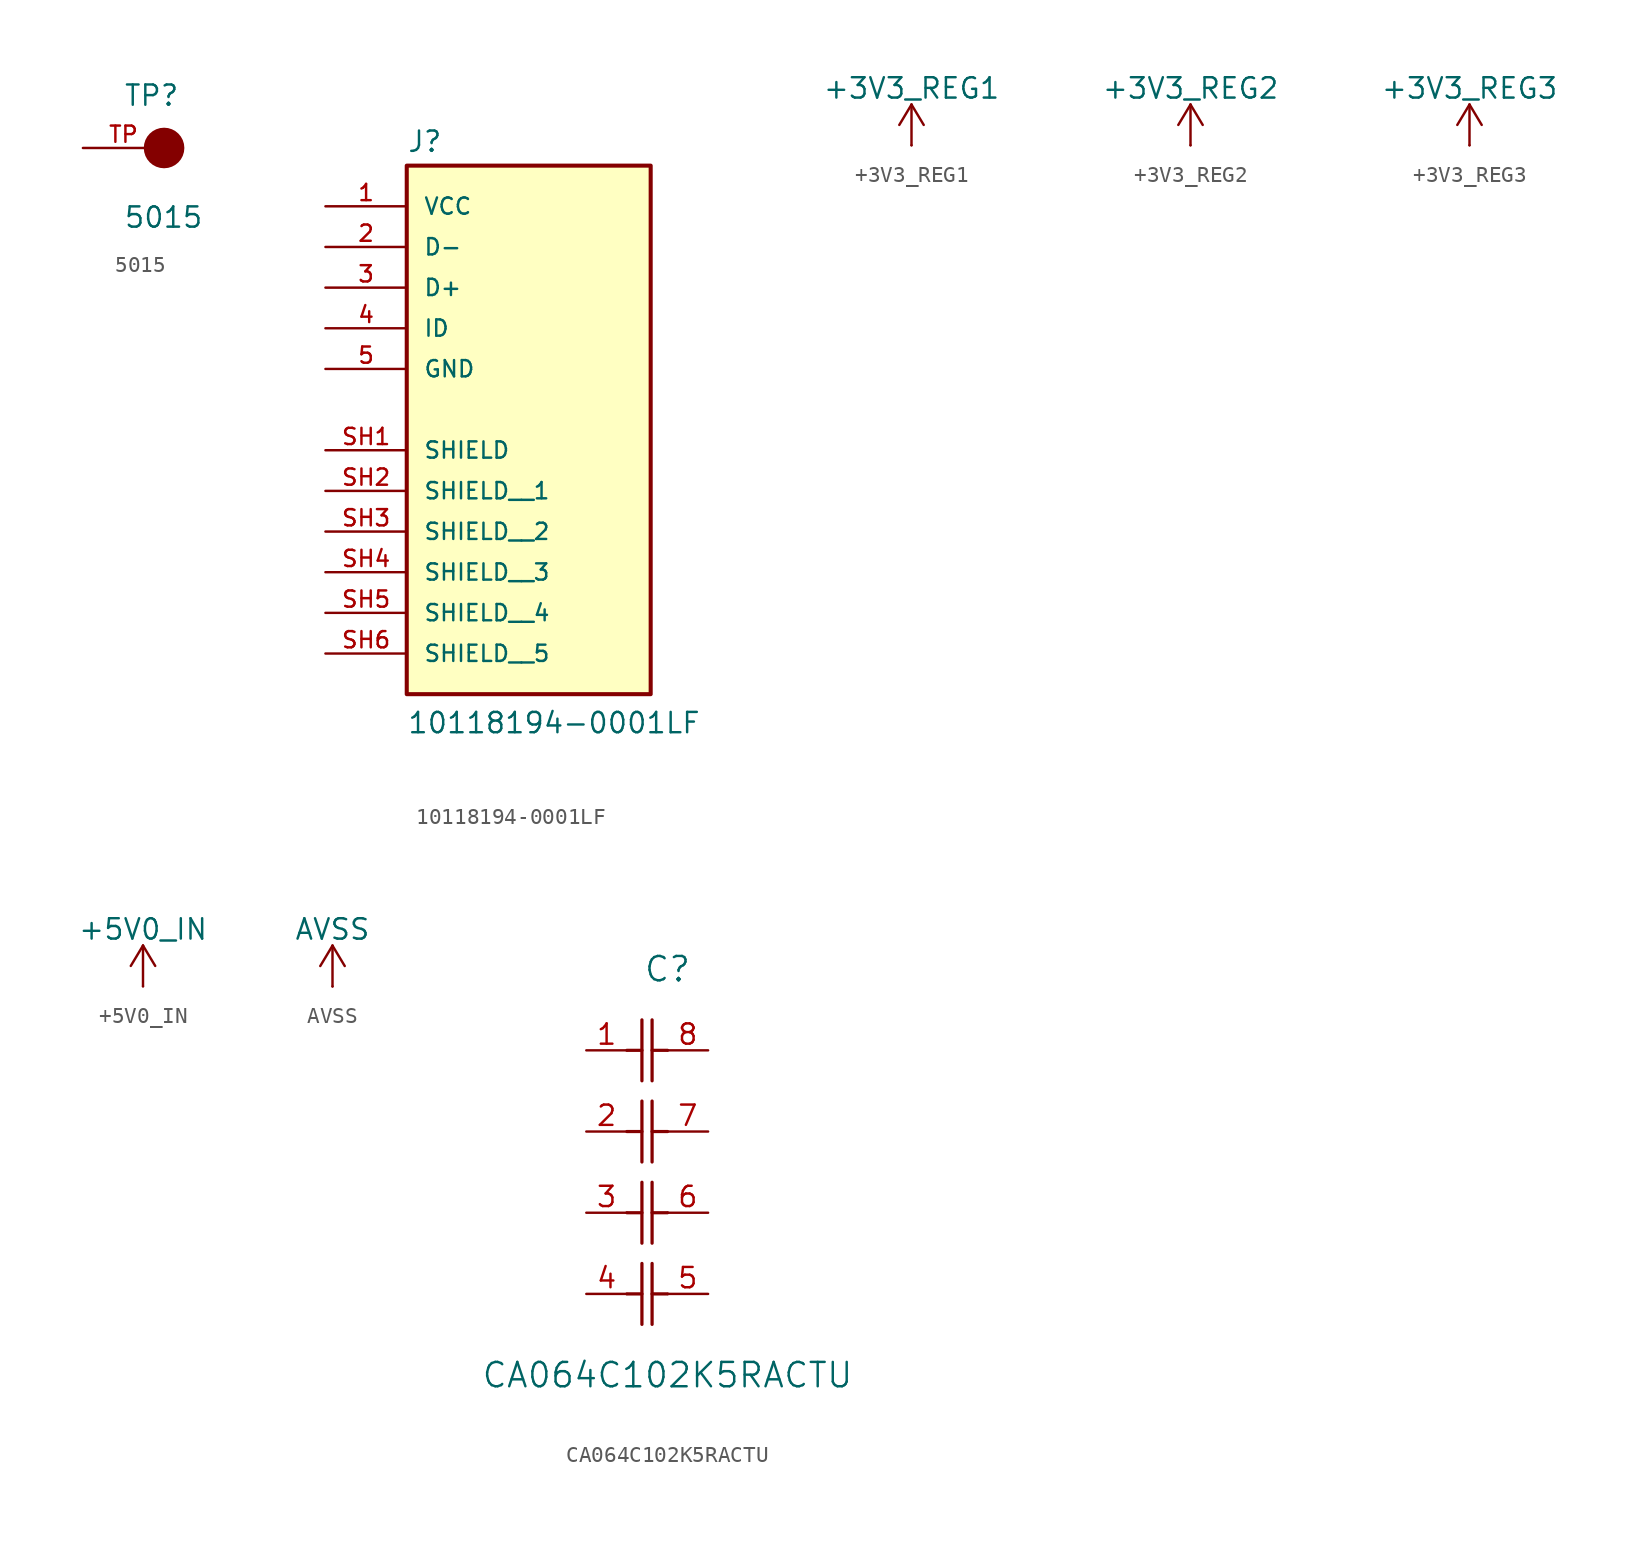
<source format=kicad_sym>
(kicad_symbol_lib
  (version 20241209)
  (generator "kicad_symbol_editor")
  (generator_version "9.0")
  (symbol "5015"
    (pin_names
      (offset 1.016))
    (property "Reference" "TP"
      (at -2.544 2.542 0)
      (effects (font (size 1.27 1.27)) (justify left bottom)))
    (property "Value" "5015"
      (at -2.55 -5.087 0)
      (effects (font (size 1.27 1.27)) (justify left bottom)))
    (symbol "5015_0_0"
      (circle (center 0 0) (radius 0.635) (stroke (width 1.27) (type default)) (fill (type none)))
      (pin passive line (at -5.08 0 0) (length 5.08) (name "~" (effects (font (size 1.016 1.016)))) (number "TP" (effects (font (size 1.016 1.016)))))))
  (symbol "10118194-0001LF"
    (pin_names
      (offset 1.016))
    (property "Reference" "J"
      (at -7.62 10.922 0)
      (effects (font (size 1.27 1.27)) (justify left bottom)))
    (property "Value" "10118194-0001LF"
      (at -7.62 -25.4 0)
      (effects (font (size 1.27 1.27)) (justify left bottom)))
    (symbol "10118194-0001LF_0_0"
      (rectangle (start -7.62 -22.86) (end 7.62 10.16) (stroke (width 0.254) (type default)) (fill (type background)))
      (pin power_in line (at -12.7 7.62 0) (length 5.08) (name "VCC" (effects (font (size 1.016 1.016)))) (number "1" (effects (font (size 1.016 1.016)))))
      (pin bidirectional line (at -12.7 5.08 0) (length 5.08) (name "D-" (effects (font (size 1.016 1.016)))) (number "2" (effects (font (size 1.016 1.016)))))
      (pin bidirectional line (at -12.7 2.54 0) (length 5.08) (name "D+" (effects (font (size 1.016 1.016)))) (number "3" (effects (font (size 1.016 1.016)))))
      (pin bidirectional line (at -12.7 0 0) (length 5.08) (name "ID" (effects (font (size 1.016 1.016)))) (number "4" (effects (font (size 1.016 1.016)))))
      (pin power_in line (at -12.7 -2.54 0) (length 5.08) (name "GND" (effects (font (size 1.016 1.016)))) (number "5" (effects (font (size 1.016 1.016)))))
      (pin passive line (at -12.7 -7.62 0) (length 5.08) (name "SHIELD" (effects (font (size 1.016 1.016)))) (number "SH1" (effects (font (size 1.016 1.016)))))
      (pin passive line (at -12.7 -10.16 0) (length 5.08) (name "SHIELD__1" (effects (font (size 1.016 1.016)))) (number "SH2" (effects (font (size 1.016 1.016)))))
      (pin passive line (at -12.7 -12.7 0) (length 5.08) (name "SHIELD__2" (effects (font (size 1.016 1.016)))) (number "SH3" (effects (font (size 1.016 1.016)))))
      (pin passive line (at -12.7 -15.24 0) (length 5.08) (name "SHIELD__3" (effects (font (size 1.016 1.016)))) (number "SH4" (effects (font (size 1.016 1.016)))))
      (pin passive line (at -12.7 -17.78 0) (length 5.08) (name "SHIELD__4" (effects (font (size 1.016 1.016)))) (number "SH5" (effects (font (size 1.016 1.016)))))
      (pin passive line (at -12.7 -20.32 0) (length 5.08) (name "SHIELD__5" (effects (font (size 1.016 1.016)))) (number "SH6" (effects (font (size 1.016 1.016)))))))
  (symbol "+3V3_REG1"
    (power)
    (pin_numbers
      (hide yes))
    (pin_names
      (offset 0)
      (hide yes))
    (property "Reference" "#PWR"
      (at 0 -3.81 0)
      (effects (font (size 1.27 1.27)) (hide yes)))
    (property "Value" "+3V3_REG1"
      (at 0 3.556 0)
      (effects (font (size 1.27 1.27))))
    (symbol "+3V3_REG1_0_1"
      (polyline (pts (xy -0.762 1.27) (xy 0 2.54)) (stroke (width 0) (type default)) (fill (type none)))
      (polyline (pts (xy 0 2.54) (xy 0.762 1.27)) (stroke (width 0) (type default)) (fill (type none)))
      (polyline (pts (xy 0 0) (xy 0 2.54)) (stroke (width 0) (type default)) (fill (type none))))
    (symbol "+3V3_REG1_1_1"
      (pin power_in line (at 0 0 90) (length 0) (name "~" (effects (font (size 1.27 1.27)))) (number "1" (effects (font (size 1.27 1.27)))))))
  (symbol "+3V3_REG2"
    (power)
    (pin_numbers
      (hide yes))
    (pin_names
      (offset 0)
      (hide yes))
    (property "Reference" "#PWR"
      (at 0 -3.81 0)
      (effects (font (size 1.27 1.27)) (hide yes)))
    (property "Value" "+3V3_REG2"
      (at 0 3.556 0)
      (effects (font (size 1.27 1.27))))
    (symbol "+3V3_REG2_0_1"
      (polyline (pts (xy -0.762 1.27) (xy 0 2.54)) (stroke (width 0) (type default)) (fill (type none)))
      (polyline (pts (xy 0 2.54) (xy 0.762 1.27)) (stroke (width 0) (type default)) (fill (type none)))
      (polyline (pts (xy 0 0) (xy 0 2.54)) (stroke (width 0) (type default)) (fill (type none))))
    (symbol "+3V3_REG2_1_1"
      (pin power_in line (at 0 0 90) (length 0) (name "~" (effects (font (size 1.27 1.27)))) (number "1" (effects (font (size 1.27 1.27)))))))
  (symbol "+3V3_REG3"
    (power)
    (pin_numbers
      (hide yes))
    (pin_names
      (offset 0)
      (hide yes))
    (property "Reference" "#PWR"
      (at 0 -3.81 0)
      (effects (font (size 1.27 1.27)) (hide yes)))
    (property "Value" "+3V3_REG3"
      (at 0 3.556 0)
      (effects (font (size 1.27 1.27))))
    (symbol "+3V3_REG3_0_1"
      (polyline (pts (xy -0.762 1.27) (xy 0 2.54)) (stroke (width 0) (type default)) (fill (type none)))
      (polyline (pts (xy 0 2.54) (xy 0.762 1.27)) (stroke (width 0) (type default)) (fill (type none)))
      (polyline (pts (xy 0 0) (xy 0 2.54)) (stroke (width 0) (type default)) (fill (type none))))
    (symbol "+3V3_REG3_1_1"
      (pin power_in line (at 0 0 90) (length 0) (name "~" (effects (font (size 1.27 1.27)))) (number "1" (effects (font (size 1.27 1.27)))))))
  (symbol "+5V0_IN"
    (power)
    (pin_numbers
      (hide yes))
    (pin_names
      (offset 0)
      (hide yes))
    (property "Reference" "#PWR"
      (at 0 -3.81 0)
      (effects (font (size 1.27 1.27)) (hide yes)))
    (property "Value" "+5V0_IN"
      (at 0 3.556 0)
      (effects (font (size 1.27 1.27))))
    (symbol "+5V0_IN_0_1"
      (polyline (pts (xy -0.762 1.27) (xy 0 2.54)) (stroke (width 0) (type default)) (fill (type none)))
      (polyline (pts (xy 0 2.54) (xy 0.762 1.27)) (stroke (width 0) (type default)) (fill (type none)))
      (polyline (pts (xy 0 0) (xy 0 2.54)) (stroke (width 0) (type default)) (fill (type none))))
    (symbol "+5V0_IN_1_1"
      (pin power_in line (at 0 0 90) (length 0) (name "~" (effects (font (size 1.27 1.27)))) (number "1" (effects (font (size 1.27 1.27)))))))
  (symbol "AVSS"
    (power)
    (pin_numbers
      (hide yes))
    (pin_names
      (offset 0)
      (hide yes))
    (property "Reference" "#PWR"
      (at 0 -3.81 0)
      (effects (font (size 1.27 1.27)) (hide yes)))
    (property "Value" "AVSS"
      (at 0 3.556 0)
      (effects (font (size 1.27 1.27))))
    (symbol "AVSS_0_1"
      (polyline (pts (xy -0.762 1.27) (xy 0 2.54)) (stroke (width 0) (type default)) (fill (type none)))
      (polyline (pts (xy 0 2.54) (xy 0.762 1.27)) (stroke (width 0) (type default)) (fill (type none)))
      (polyline (pts (xy 0 0) (xy 0 2.54)) (stroke (width 0) (type default)) (fill (type none))))
    (symbol "AVSS_1_1"
      (pin power_in line (at 0 0 90) (length 0) (name "~" (effects (font (size 1.27 1.27)))) (number "1" (effects (font (size 1.27 1.27)))))))
  (symbol "CA064C102K5RACTU"
    (pin_names
      (offset 0.254))
    (property "Reference" "C"
      (at 5.08 5.08 0)
      (effects (font (size 1.524 1.524))))
    (property "Value" "CA064C102K5RACTU"
      (at 5.08 -20.32 0)
      (effects (font (size 1.524 1.524))))
    (symbol "CA064C102K5RACTU_0_1"
      (polyline (pts (xy 2.54 0) (xy 3.48 0)) (stroke (width 0.203) (type default)) (fill (type none)))
      (polyline (pts (xy 2.54 -5.08) (xy 3.48 -5.08)) (stroke (width 0.203) (type default)) (fill (type none)))
      (polyline (pts (xy 2.54 -10.16) (xy 3.48 -10.16)) (stroke (width 0.203) (type default)) (fill (type none)))
      (polyline (pts (xy 2.54 -15.24) (xy 3.48 -15.24)) (stroke (width 0.203) (type default)) (fill (type none)))
      (polyline (pts (xy 3.48 -1.905) (xy 3.48 1.905)) (stroke (width 0.203) (type default)) (fill (type none)))
      (polyline (pts (xy 3.48 -6.985) (xy 3.48 -3.175)) (stroke (width 0.203) (type default)) (fill (type none)))
      (polyline (pts (xy 3.48 -12.065) (xy 3.48 -8.255)) (stroke (width 0.203) (type default)) (fill (type none)))
      (polyline (pts (xy 3.48 -17.145) (xy 3.48 -13.335)) (stroke (width 0.203) (type default)) (fill (type none)))
      (polyline (pts (xy 4.115 0) (xy 5.08 0)) (stroke (width 0.203) (type default)) (fill (type none)))
      (polyline (pts (xy 4.115 -1.905) (xy 4.115 1.905)) (stroke (width 0.203) (type default)) (fill (type none)))
      (polyline (pts (xy 4.115 -5.08) (xy 5.08 -5.08)) (stroke (width 0.203) (type default)) (fill (type none)))
      (polyline (pts (xy 4.115 -6.985) (xy 4.115 -3.175)) (stroke (width 0.203) (type default)) (fill (type none)))
      (polyline (pts (xy 4.115 -10.16) (xy 5.08 -10.16)) (stroke (width 0.203) (type default)) (fill (type none)))
      (polyline (pts (xy 4.115 -12.065) (xy 4.115 -8.255)) (stroke (width 0.203) (type default)) (fill (type none)))
      (polyline (pts (xy 4.115 -15.24) (xy 5.08 -15.24)) (stroke (width 0.203) (type default)) (fill (type none)))
      (polyline (pts (xy 4.115 -17.145) (xy 4.115 -13.335)) (stroke (width 0.203) (type default)) (fill (type none)))
      (pin unspecified line (at 0 0 0) (length 2.54) (name "" (effects (font (size 1.27 1.27)))) (number "1" (effects (font (size 1.27 1.27)))))
      (pin unspecified line (at 0 -5.08 0) (length 2.54) (name "" (effects (font (size 1.27 1.27)))) (number "2" (effects (font (size 1.27 1.27)))))
      (pin unspecified line (at 0 -10.16 0) (length 2.54) (name "" (effects (font (size 1.27 1.27)))) (number "3" (effects (font (size 1.27 1.27)))))
      (pin unspecified line (at 0 -15.24 0) (length 2.54) (name "" (effects (font (size 1.27 1.27)))) (number "4" (effects (font (size 1.27 1.27)))))
      (pin unspecified line (at 7.62 0 180) (length 2.54) (name "" (effects (font (size 1.27 1.27)))) (number "8" (effects (font (size 1.27 1.27)))))
      (pin unspecified line (at 7.62 -5.08 180) (length 2.54) (name "" (effects (font (size 1.27 1.27)))) (number "7" (effects (font (size 1.27 1.27)))))
      (pin unspecified line (at 7.62 -10.16 180) (length 2.54) (name "" (effects (font (size 1.27 1.27)))) (number "6" (effects (font (size 1.27 1.27)))))
      (pin unspecified line (at 7.62 -15.24 180) (length 2.54) (name "" (effects (font (size 1.27 1.27)))) (number "5" (effects (font (size 1.27 1.27))))))))
</source>
